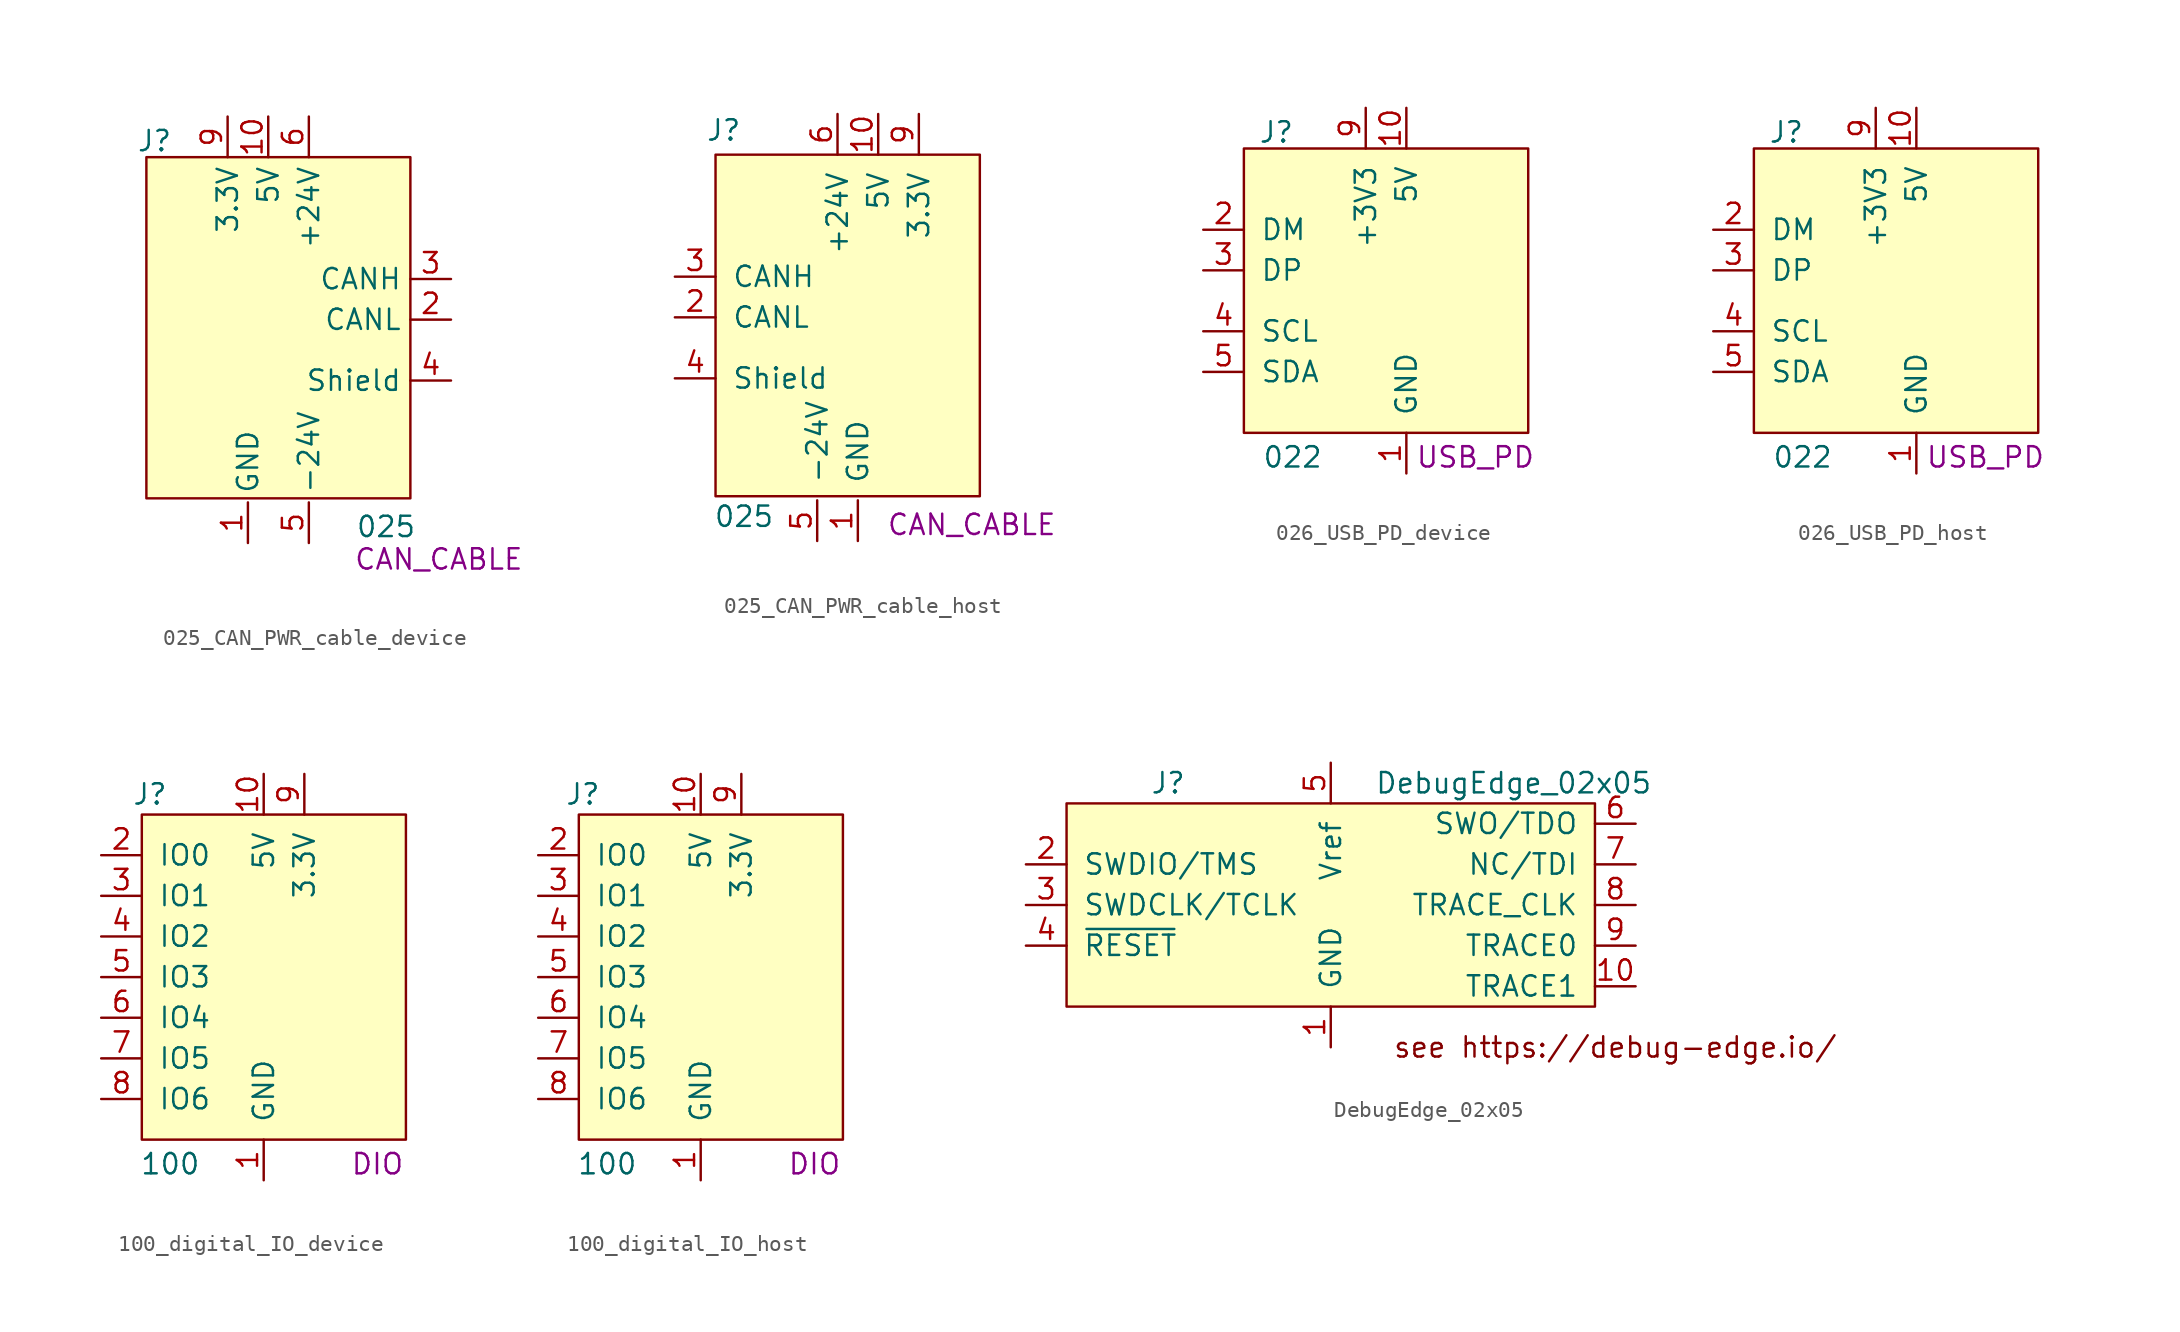
<source format=kicad_sym>
(kicad_symbol_lib
  (version 20241209)
  (generator "kicad_symbol_editor")
  (generator_version "9.0")
  (symbol "025_CAN_PWR_cable_device"
    (property "Reference" "J"
      (at 0.508 1.016 0)
      (effects (font (size 1.27 1.27))))
    (property "Value" "025"
      (at 14.986 -23.114 0)
      (effects (font (size 1.27 1.27))))
    (property "Type" "CAN_CABLE"
      (at 18.288 -25.146 0)
      (effects (font (size 1.27 1.27))))
    (symbol "025_CAN_PWR_cable_device_1_0"
      (pin no_connect line (at -2.54 -11.43 0) (length 2.54) (hide yes) (name "NC" (effects (font (size 1.27 1.27)))) (number "7" (effects (font (size 1.27 1.27)))))
      (pin no_connect line (at -2.54 -13.97 0) (length 2.54) (hide yes) (name "NC" (effects (font (size 1.27 1.27)))) (number "8" (effects (font (size 1.27 1.27)))))
      (pin power_out line (at 10.16 2.54 270) (length 2.54) (name "+24V" (effects (font (size 1.27 1.27)))) (number "6" (effects (font (size 1.27 1.27)))))
      (pin power_out line (at 10.16 -24.13 90) (length 2.54) (name "-24V" (effects (font (size 1.27 1.27)))) (number "5" (effects (font (size 1.27 1.27)))))
      (pin passive line (at 19.05 -13.97 180) (length 2.54) (name "Shield" (effects (font (size 1.27 1.27)))) (number "4" (effects (font (size 1.27 1.27))))))
    (symbol "025_CAN_PWR_cable_device_1_1"
      (rectangle (start 0 0) (end 16.51 -21.336) (stroke (width 0) (type solid)) (fill (type background)))
      (pin passive line (at 5.08 2.54 270) (length 2.54) (name "3.3V" (effects (font (size 1.27 1.27)))) (number "9" (effects (font (size 1.27 1.27)))))
      (pin passive line (at 6.35 -24.13 90) (length 2.54) (name "GND" (effects (font (size 1.27 1.27)))) (number "1" (effects (font (size 1.27 1.27)))))
      (pin passive line (at 7.62 2.54 270) (length 2.54) (name "5V" (effects (font (size 1.27 1.27)))) (number "10" (effects (font (size 1.27 1.27)))))
      (pin bidirectional line (at 19.05 -7.62 180) (length 2.54) (name "CANH" (effects (font (size 1.27 1.27)))) (number "3" (effects (font (size 1.27 1.27)))))
      (pin bidirectional line (at 19.05 -10.16 180) (length 2.54) (name "CANL" (effects (font (size 1.27 1.27)))) (number "2" (effects (font (size 1.27 1.27)))))))
  (symbol "025_CAN_PWR_cable_host"
    (pin_names
      (offset 1.016))
    (property "Reference" "J"
      (at -7.112 14.224 0)
      (effects (font (size 1.27 1.27))))
    (property "Value" "025"
      (at -5.842 -9.906 0)
      (effects (font (size 1.27 1.27))))
    (property "Type" "CAN_CABLE"
      (at 8.382 -10.414 0)
      (effects (font (size 1.27 1.27))))
    (symbol "025_CAN_PWR_cable_host_0_1"
      (rectangle (start -7.62 12.7) (end 8.89 -8.636) (stroke (width 0) (type default)) (fill (type background))))
    (symbol "025_CAN_PWR_cable_host_1_0"
      (pin passive line (at -10.16 -1.27 0) (length 2.54) (name "Shield" (effects (font (size 1.27 1.27)))) (number "4" (effects (font (size 1.27 1.27)))))
      (pin power_in line (at -1.27 -11.43 90) (length 2.54) (name "-24V" (effects (font (size 1.27 1.27)))) (number "5" (effects (font (size 1.27 1.27)))))
      (pin power_in line (at 0 15.24 270) (length 2.54) (name "+24V" (effects (font (size 1.27 1.27)))) (number "6" (effects (font (size 1.27 1.27)))))
      (pin no_connect line (at 11.43 1.27 180) (length 2.54) (hide yes) (name "NC" (effects (font (size 1.27 1.27)))) (number "7" (effects (font (size 1.27 1.27)))))
      (pin no_connect line (at 11.43 -1.27 180) (length 2.54) (hide yes) (name "NC" (effects (font (size 1.27 1.27)))) (number "8" (effects (font (size 1.27 1.27))))))
    (symbol "025_CAN_PWR_cable_host_1_1"
      (pin bidirectional line (at -10.16 5.08 0) (length 2.54) (name "CANH" (effects (font (size 1.27 1.27)))) (number "3" (effects (font (size 1.27 1.27)))))
      (pin bidirectional line (at -10.16 2.54 0) (length 2.54) (name "CANL" (effects (font (size 1.27 1.27)))) (number "2" (effects (font (size 1.27 1.27)))))
      (pin passive line (at 1.27 -11.43 90) (length 2.54) (name "GND" (effects (font (size 1.27 1.27)))) (number "1" (effects (font (size 1.27 1.27)))))
      (pin passive line (at 2.54 15.24 270) (length 2.54) (name "5V" (effects (font (size 1.27 1.27)))) (number "10" (effects (font (size 1.27 1.27)))))
      (pin passive line (at 5.08 15.24 270) (length 2.54) (name "3.3V" (effects (font (size 1.27 1.27)))) (number "9" (effects (font (size 1.27 1.27)))))))
  (symbol "026_USB_PD_device"
    (pin_names
      (offset 1.016))
    (property "Reference" "J"
      (at -8.128 11.176 0)
      (effects (font (size 1.27 1.27))))
    (property "Value" "022"
      (at -7.112 -9.144 0)
      (effects (font (size 1.27 1.27))))
    (property "Type" "USB_PD"
      (at 4.318 -9.144 0)
      (effects (font (size 1.27 1.27))))
    (symbol "026_USB_PD_device_0_1"
      (rectangle (start -10.16 10.16) (end 7.62 -7.62) (stroke (width 0) (type default)) (fill (type background))))
    (symbol "026_USB_PD_device_1_0"
      (pin no_connect line (at 10.16 3.81 180) (length 2.54) (hide yes) (name "NC" (effects (font (size 1.27 1.27)))) (number "8" (effects (font (size 1.27 1.27)))))
      (pin no_connect line (at 10.16 1.27 180) (length 2.54) (hide yes) (name "NC" (effects (font (size 1.27 1.27)))) (number "7" (effects (font (size 1.27 1.27)))))
      (pin no_connect line (at 10.16 -1.27 180) (length 2.54) (hide yes) (name "NC" (effects (font (size 1.27 1.27)))) (number "6" (effects (font (size 1.27 1.27))))))
    (symbol "026_USB_PD_device_1_1"
      (pin bidirectional line (at -12.7 5.08 0) (length 2.54) (name "DM" (effects (font (size 1.27 1.27)))) (number "2" (effects (font (size 1.27 1.27)))))
      (pin bidirectional line (at -12.7 2.54 0) (length 2.54) (name "DP" (effects (font (size 1.27 1.27)))) (number "3" (effects (font (size 1.27 1.27)))))
      (pin output line (at -12.7 -1.27 0) (length 2.54) (name "SCL" (effects (font (size 1.27 1.27)))) (number "4" (effects (font (size 1.27 1.27)))))
      (pin bidirectional line (at -12.7 -3.81 0) (length 2.54) (name "SDA" (effects (font (size 1.27 1.27)))) (number "5" (effects (font (size 1.27 1.27)))))
      (pin power_in line (at -2.54 12.7 270) (length 2.54) (name "+3V3" (effects (font (size 1.27 1.27)))) (number "9" (effects (font (size 1.27 1.27)))))
      (pin power_in line (at 0 12.7 270) (length 2.54) (name "5V" (effects (font (size 1.27 1.27)))) (number "10" (effects (font (size 1.27 1.27)))))
      (pin power_in line (at 0 -10.16 90) (length 2.54) (name "GND" (effects (font (size 1.27 1.27)))) (number "1" (effects (font (size 1.27 1.27)))))))
  (symbol "026_USB_PD_host"
    (pin_names
      (offset 1.016))
    (property "Reference" "J"
      (at -8.128 11.176 0)
      (effects (font (size 1.27 1.27))))
    (property "Value" "022"
      (at -7.112 -9.144 0)
      (effects (font (size 1.27 1.27))))
    (property "Type" "USB_PD"
      (at 4.318 -9.144 0)
      (effects (font (size 1.27 1.27))))
    (symbol "026_USB_PD_host_0_1"
      (rectangle (start -10.16 10.16) (end 7.62 -7.62) (stroke (width 0) (type default)) (fill (type background))))
    (symbol "026_USB_PD_host_1_0"
      (pin no_connect line (at 10.16 3.81 180) (length 2.54) (hide yes) (name "NC" (effects (font (size 1.27 1.27)))) (number "8" (effects (font (size 1.27 1.27)))))
      (pin no_connect line (at 10.16 1.27 180) (length 2.54) (hide yes) (name "NC" (effects (font (size 1.27 1.27)))) (number "7" (effects (font (size 1.27 1.27)))))
      (pin no_connect line (at 10.16 -1.27 180) (length 2.54) (hide yes) (name "NC" (effects (font (size 1.27 1.27)))) (number "6" (effects (font (size 1.27 1.27))))))
    (symbol "026_USB_PD_host_1_1"
      (pin bidirectional line (at -12.7 5.08 0) (length 2.54) (name "DM" (effects (font (size 1.27 1.27)))) (number "2" (effects (font (size 1.27 1.27)))))
      (pin bidirectional line (at -12.7 2.54 0) (length 2.54) (name "DP" (effects (font (size 1.27 1.27)))) (number "3" (effects (font (size 1.27 1.27)))))
      (pin input line (at -12.7 -1.27 0) (length 2.54) (name "SCL" (effects (font (size 1.27 1.27)))) (number "4" (effects (font (size 1.27 1.27)))))
      (pin bidirectional line (at -12.7 -3.81 0) (length 2.54) (name "SDA" (effects (font (size 1.27 1.27)))) (number "5" (effects (font (size 1.27 1.27)))))
      (pin power_out line (at -2.54 12.7 270) (length 2.54) (name "+3V3" (effects (font (size 1.27 1.27)))) (number "9" (effects (font (size 1.27 1.27)))))
      (pin power_out line (at 0 12.7 270) (length 2.54) (name "5V" (effects (font (size 1.27 1.27)))) (number "10" (effects (font (size 1.27 1.27)))))
      (pin power_in line (at 0 -10.16 90) (length 2.54) (name "GND" (effects (font (size 1.27 1.27)))) (number "1" (effects (font (size 1.27 1.27)))))))
  (symbol "100_digital_IO_device"
    (pin_names
      (offset 1.016))
    (property "Reference" "J"
      (at -7.112 13.97 0)
      (effects (font (size 1.27 1.27))))
    (property "Value" "100"
      (at -5.842 -9.144 0)
      (effects (font (size 1.27 1.27))))
    (property "Type" "DIO"
      (at 7.112 -9.144 0)
      (effects (font (size 1.27 1.27))))
    (symbol "100_digital_IO_device_0_1"
      (rectangle (start -7.62 12.7) (end 8.89 -7.62) (stroke (width 0) (type default)) (fill (type background))))
    (symbol "100_digital_IO_device_1_1"
      (pin bidirectional line (at -10.16 10.16 0) (length 2.54) (name "IO0" (effects (font (size 1.27 1.27)))) (number "2" (effects (font (size 1.27 1.27)))))
      (pin bidirectional line (at -10.16 7.62 0) (length 2.54) (name "IO1" (effects (font (size 1.27 1.27)))) (number "3" (effects (font (size 1.27 1.27)))))
      (pin bidirectional line (at -10.16 5.08 0) (length 2.54) (name "IO2" (effects (font (size 1.27 1.27)))) (number "4" (effects (font (size 1.27 1.27)))))
      (pin bidirectional line (at -10.16 2.54 0) (length 2.54) (name "IO3" (effects (font (size 1.27 1.27)))) (number "5" (effects (font (size 1.27 1.27)))))
      (pin bidirectional line (at -10.16 0 0) (length 2.54) (name "IO4" (effects (font (size 1.27 1.27)))) (number "6" (effects (font (size 1.27 1.27)))))
      (pin bidirectional line (at -10.16 -2.54 0) (length 2.54) (name "IO5" (effects (font (size 1.27 1.27)))) (number "7" (effects (font (size 1.27 1.27)))))
      (pin bidirectional line (at -10.16 -5.08 0) (length 2.54) (name "IO6" (effects (font (size 1.27 1.27)))) (number "8" (effects (font (size 1.27 1.27)))))
      (pin power_out line (at 0 15.24 270) (length 2.54) (name "5V" (effects (font (size 1.27 1.27)))) (number "10" (effects (font (size 1.27 1.27)))))
      (pin power_out line (at 0 -10.16 90) (length 2.54) (name "GND" (effects (font (size 1.27 1.27)))) (number "1" (effects (font (size 1.27 1.27)))))
      (pin power_out line (at 2.54 15.24 270) (length 2.54) (name "3.3V" (effects (font (size 1.27 1.27)))) (number "9" (effects (font (size 1.27 1.27)))))))
  (symbol "100_digital_IO_host"
    (pin_names
      (offset 1.016))
    (property "Reference" "J"
      (at -7.366 13.97 0)
      (effects (font (size 1.27 1.27))))
    (property "Value" "100"
      (at -5.842 -9.144 0)
      (effects (font (size 1.27 1.27))))
    (property "Type" "DIO"
      (at 7.112 -9.144 0)
      (effects (font (size 1.27 1.27))))
    (symbol "100_digital_IO_host_0_1"
      (rectangle (start -7.62 12.7) (end 8.89 -7.62) (stroke (width 0) (type default)) (fill (type background))))
    (symbol "100_digital_IO_host_1_1"
      (pin bidirectional line (at -10.16 10.16 0) (length 2.54) (name "IO0" (effects (font (size 1.27 1.27)))) (number "2" (effects (font (size 1.27 1.27)))))
      (pin bidirectional line (at -10.16 7.62 0) (length 2.54) (name "IO1" (effects (font (size 1.27 1.27)))) (number "3" (effects (font (size 1.27 1.27)))))
      (pin bidirectional line (at -10.16 5.08 0) (length 2.54) (name "IO2" (effects (font (size 1.27 1.27)))) (number "4" (effects (font (size 1.27 1.27)))))
      (pin bidirectional line (at -10.16 2.54 0) (length 2.54) (name "IO3" (effects (font (size 1.27 1.27)))) (number "5" (effects (font (size 1.27 1.27)))))
      (pin bidirectional line (at -10.16 0 0) (length 2.54) (name "IO4" (effects (font (size 1.27 1.27)))) (number "6" (effects (font (size 1.27 1.27)))))
      (pin bidirectional line (at -10.16 -2.54 0) (length 2.54) (name "IO5" (effects (font (size 1.27 1.27)))) (number "7" (effects (font (size 1.27 1.27)))))
      (pin bidirectional line (at -10.16 -5.08 0) (length 2.54) (name "IO6" (effects (font (size 1.27 1.27)))) (number "8" (effects (font (size 1.27 1.27)))))
      (pin power_in line (at 0 15.24 270) (length 2.54) (name "5V" (effects (font (size 1.27 1.27)))) (number "10" (effects (font (size 1.27 1.27)))))
      (pin power_in line (at 0 -10.16 90) (length 2.54) (name "GND" (effects (font (size 1.27 1.27)))) (number "1" (effects (font (size 1.27 1.27)))))
      (pin power_in line (at 2.54 15.24 270) (length 2.54) (name "3.3V" (effects (font (size 1.27 1.27)))) (number "9" (effects (font (size 1.27 1.27)))))))
  (symbol "DebugEdge_02x05"
    (pin_names
      (offset 1.016))
    (property "Reference" "J"
      (at -10.16 7.62 0)
      (effects (font (size 1.27 1.27))))
    (property "Value" "DebugEdge_02x05"
      (at 11.43 7.62 0)
      (effects (font (size 1.27 1.27))))
    (symbol "DebugEdge_02x05_0_0"
      (text "see https://debug-edge.io/" (at 17.78 -8.89 0) (effects (font (size 1.27 1.27)))))
    (symbol "DebugEdge_02x05_0_1"
      (rectangle (start -16.51 6.35) (end 16.51 -6.35) (stroke (width 0) (type default)) (fill (type background))))
    (symbol "DebugEdge_02x05_1_1"
      (pin bidirectional line (at -19.05 2.54 0) (length 2.54) (name "SWDIO/TMS" (effects (font (size 1.27 1.27)))) (number "2" (effects (font (size 1.27 1.27)))))
      (pin bidirectional line (at -19.05 0 0) (length 2.54) (name "SWDCLK/TCLK" (effects (font (size 1.27 1.27)))) (number "3" (effects (font (size 1.27 1.27)))))
      (pin bidirectional line (at -19.05 -2.54 0) (length 2.54) (name "~{RESET}" (effects (font (size 1.27 1.27)))) (number "4" (effects (font (size 1.27 1.27)))))
      (pin passive line (at 0 8.89 270) (length 2.54) (name "Vref" (effects (font (size 1.27 1.27)))) (number "5" (effects (font (size 1.27 1.27)))))
      (pin passive line (at 0 -8.89 90) (length 2.54) (name "GND" (effects (font (size 1.27 1.27)))) (number "1" (effects (font (size 1.27 1.27)))))
      (pin bidirectional line (at 19.05 5.08 180) (length 2.54) (name "SWO/TDO" (effects (font (size 1.27 1.27)))) (number "6" (effects (font (size 1.27 1.27)))))
      (pin bidirectional line (at 19.05 2.54 180) (length 2.54) (name "NC/TDI" (effects (font (size 1.27 1.27)))) (number "7" (effects (font (size 1.27 1.27)))))
      (pin bidirectional line (at 19.05 0 180) (length 2.54) (name "TRACE_CLK" (effects (font (size 1.27 1.27)))) (number "8" (effects (font (size 1.27 1.27)))))
      (pin bidirectional line (at 19.05 -2.54 180) (length 2.54) (name "TRACE0" (effects (font (size 1.27 1.27)))) (number "9" (effects (font (size 1.27 1.27)))))
      (pin bidirectional line (at 19.05 -5.08 180) (length 2.54) (name "TRACE1" (effects (font (size 1.27 1.27)))) (number "10" (effects (font (size 1.27 1.27))))))))
</source>
